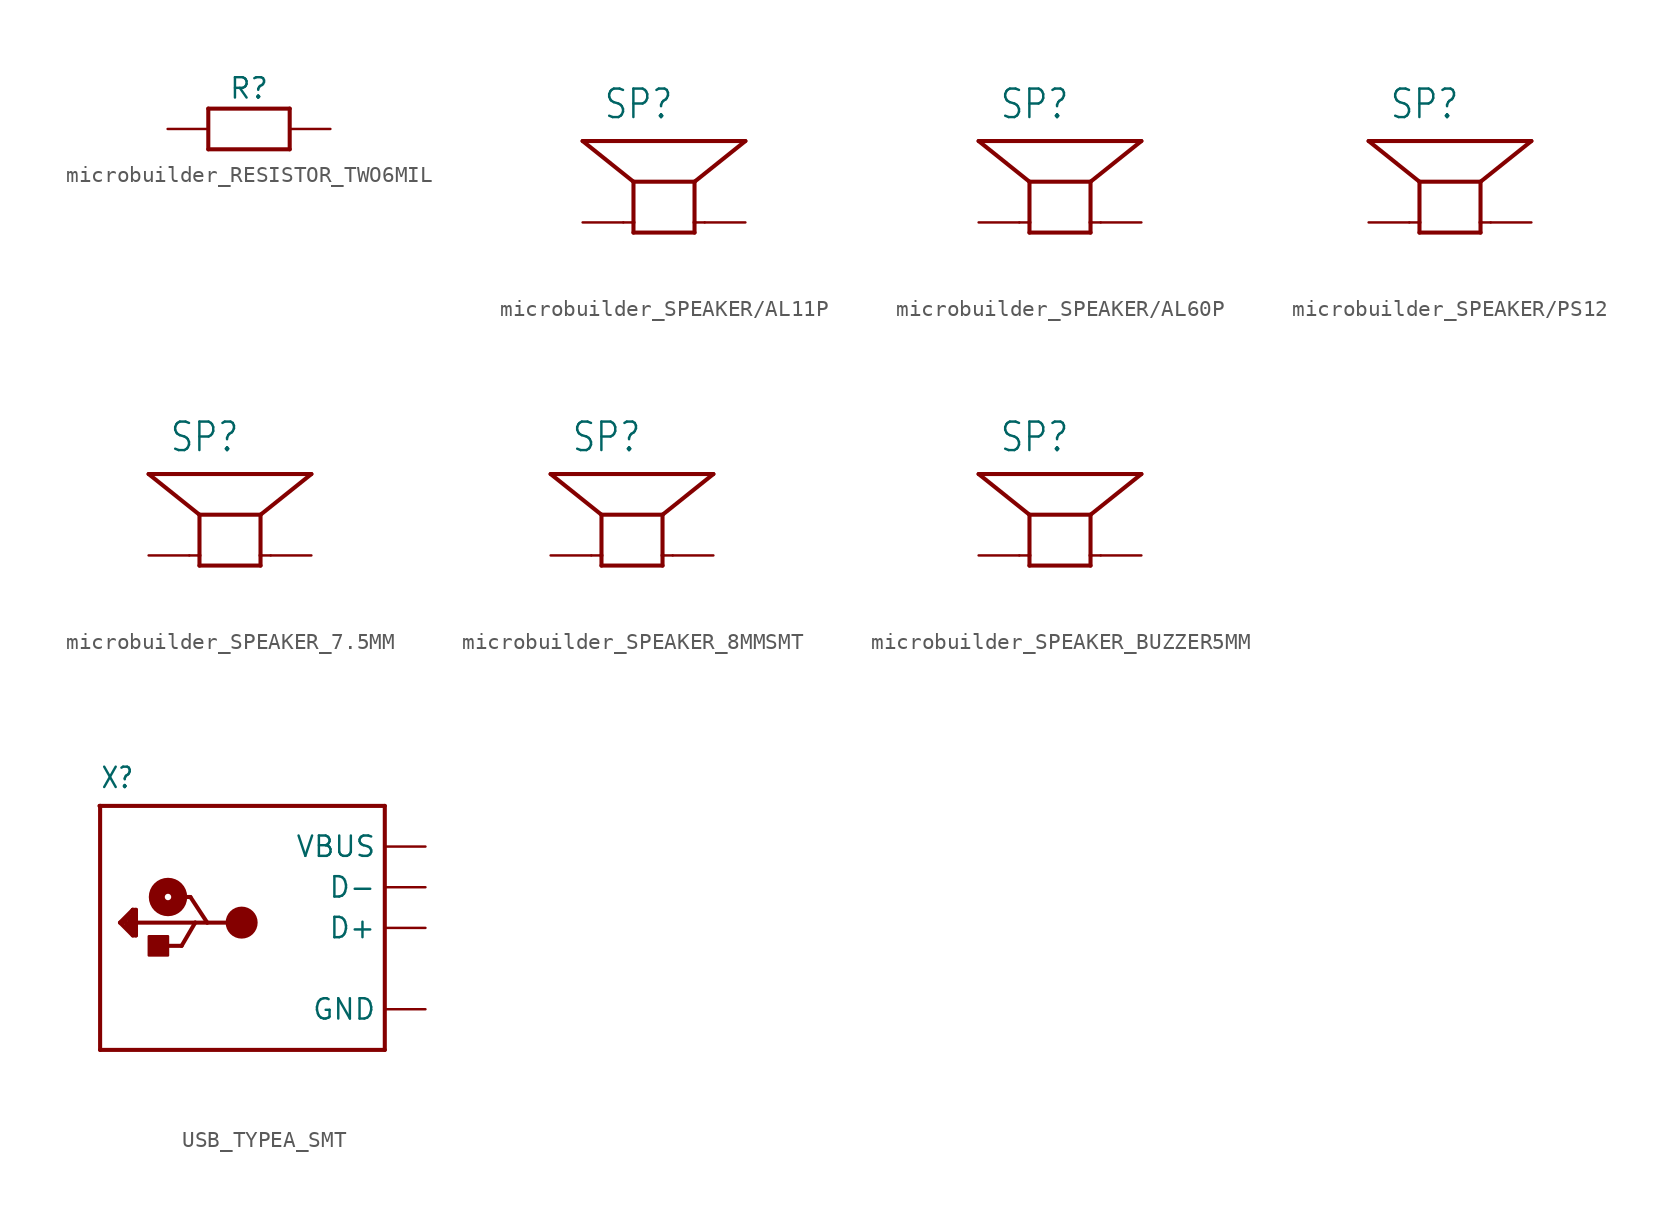
<source format=kicad_sym>
(kicad_symbol_lib
  (version 20231120)
  (generator "kicad_symbol_editor")
  (generator_version "8.0")
  (symbol "microbuilder_RESISTOR_TWO6MIL"
    (property "Reference" "R"
      (at 0 2.54 0)
      (effects (font (size 1.27 1.27))))
    (property "Value" ""
      (at 0 0 0)
      (effects (font (size 1.016 1.016) (bold yes))))
    (property "ki_locked" ""
      (at 0 0 0)
      (effects (font (size 1.27 1.27))))
    (symbol "microbuilder_RESISTOR_TWO6MIL_1_0"
      (polyline (pts (xy -2.54 -1.27) (xy -2.54 1.27)) (stroke (width 0.254) (type solid)) (fill (type none)))
      (polyline (pts (xy -2.54 1.27) (xy 2.54 1.27)) (stroke (width 0.254) (type solid)) (fill (type none)))
      (polyline (pts (xy 2.54 -1.27) (xy -2.54 -1.27)) (stroke (width 0.254) (type solid)) (fill (type none)))
      (polyline (pts (xy 2.54 1.27) (xy 2.54 -1.27)) (stroke (width 0.254) (type solid)) (fill (type none)))
      (pin passive line (at -5.08 0 0) (length 2.54) (name "1" (effects (font (size 0 0)))) (number "1" (effects (font (size 0 0)))))
      (pin passive line (at 5.08 0 180) (length 2.54) (name "2" (effects (font (size 0 0)))) (number "2" (effects (font (size 0 0)))))))
  (symbol "microbuilder_SPEAKER/AL11P"
    (property "Reference" "SP"
      (at -3.81 6.35 0)
      (effects (font (size 1.778 1.511)) (justify left bottom)))
    (property "Value" ""
      (at -3.81 -3.175 0)
      (effects (font (size 1.778 1.511)) (justify left bottom)))
    (property "ki_locked" ""
      (at 0 0 0)
      (effects (font (size 1.27 1.27))))
    (symbol "microbuilder_SPEAKER/AL11P_1_0"
      (polyline (pts (xy -2.54 0) (xy -1.905 0)) (stroke (width 0.152) (type solid)) (fill (type none)))
      (polyline (pts (xy -1.905 -0.635) (xy -1.905 0)) (stroke (width 0.254) (type solid)) (fill (type none)))
      (polyline (pts (xy -1.905 -0.635) (xy 1.905 -0.635)) (stroke (width 0.254) (type solid)) (fill (type none)))
      (polyline (pts (xy -1.905 0) (xy -1.905 2.54)) (stroke (width 0.254) (type solid)) (fill (type none)))
      (polyline (pts (xy -1.905 2.54) (xy -5.08 5.08)) (stroke (width 0.254) (type solid)) (fill (type none)))
      (polyline (pts (xy 1.905 -0.635) (xy 1.905 0)) (stroke (width 0.254) (type solid)) (fill (type none)))
      (polyline (pts (xy 1.905 0) (xy 1.905 2.54)) (stroke (width 0.254) (type solid)) (fill (type none)))
      (polyline (pts (xy 1.905 2.54) (xy -1.905 2.54)) (stroke (width 0.254) (type solid)) (fill (type none)))
      (polyline (pts (xy 1.905 2.54) (xy 5.08 5.08)) (stroke (width 0.254) (type solid)) (fill (type none)))
      (polyline (pts (xy 2.54 0) (xy 1.905 0)) (stroke (width 0.152) (type solid)) (fill (type none)))
      (polyline (pts (xy 5.08 5.08) (xy -5.08 5.08)) (stroke (width 0.254) (type solid)) (fill (type none)))
      (pin passive line (at -5.08 0 0) (length 2.54) (name "+" (effects (font (size 0 0)))) (number "+" (effects (font (size 0 0)))))
      (pin passive line (at 5.08 0 180) (length 2.54) (name "-" (effects (font (size 0 0)))) (number "-" (effects (font (size 0 0)))))))
  (symbol "microbuilder_SPEAKER/AL60P"
    (property "Reference" "SP"
      (at -3.81 6.35 0)
      (effects (font (size 1.778 1.511)) (justify left bottom)))
    (property "Value" ""
      (at -3.81 -3.175 0)
      (effects (font (size 1.778 1.511)) (justify left bottom)))
    (property "ki_locked" ""
      (at 0 0 0)
      (effects (font (size 1.27 1.27))))
    (symbol "microbuilder_SPEAKER/AL60P_1_0"
      (polyline (pts (xy -2.54 0) (xy -1.905 0)) (stroke (width 0.152) (type solid)) (fill (type none)))
      (polyline (pts (xy -1.905 -0.635) (xy -1.905 0)) (stroke (width 0.254) (type solid)) (fill (type none)))
      (polyline (pts (xy -1.905 -0.635) (xy 1.905 -0.635)) (stroke (width 0.254) (type solid)) (fill (type none)))
      (polyline (pts (xy -1.905 0) (xy -1.905 2.54)) (stroke (width 0.254) (type solid)) (fill (type none)))
      (polyline (pts (xy -1.905 2.54) (xy -5.08 5.08)) (stroke (width 0.254) (type solid)) (fill (type none)))
      (polyline (pts (xy 1.905 -0.635) (xy 1.905 0)) (stroke (width 0.254) (type solid)) (fill (type none)))
      (polyline (pts (xy 1.905 0) (xy 1.905 2.54)) (stroke (width 0.254) (type solid)) (fill (type none)))
      (polyline (pts (xy 1.905 2.54) (xy -1.905 2.54)) (stroke (width 0.254) (type solid)) (fill (type none)))
      (polyline (pts (xy 1.905 2.54) (xy 5.08 5.08)) (stroke (width 0.254) (type solid)) (fill (type none)))
      (polyline (pts (xy 2.54 0) (xy 1.905 0)) (stroke (width 0.152) (type solid)) (fill (type none)))
      (polyline (pts (xy 5.08 5.08) (xy -5.08 5.08)) (stroke (width 0.254) (type solid)) (fill (type none)))
      (pin passive line (at -5.08 0 0) (length 2.54) (name "+" (effects (font (size 0 0)))) (number "1" (effects (font (size 0 0)))))
      (pin passive line (at 5.08 0 180) (length 2.54) (name "-" (effects (font (size 0 0)))) (number "2" (effects (font (size 0 0)))))))
  (symbol "microbuilder_SPEAKER/PS12"
    (property "Reference" "SP"
      (at -3.81 6.35 0)
      (effects (font (size 1.778 1.511)) (justify left bottom)))
    (property "Value" ""
      (at -3.81 -3.175 0)
      (effects (font (size 1.778 1.511)) (justify left bottom)))
    (property "ki_locked" ""
      (at 0 0 0)
      (effects (font (size 1.27 1.27))))
    (symbol "microbuilder_SPEAKER/PS12_1_0"
      (polyline (pts (xy -2.54 0) (xy -1.905 0)) (stroke (width 0.152) (type solid)) (fill (type none)))
      (polyline (pts (xy -1.905 -0.635) (xy -1.905 0)) (stroke (width 0.254) (type solid)) (fill (type none)))
      (polyline (pts (xy -1.905 -0.635) (xy 1.905 -0.635)) (stroke (width 0.254) (type solid)) (fill (type none)))
      (polyline (pts (xy -1.905 0) (xy -1.905 2.54)) (stroke (width 0.254) (type solid)) (fill (type none)))
      (polyline (pts (xy -1.905 2.54) (xy -5.08 5.08)) (stroke (width 0.254) (type solid)) (fill (type none)))
      (polyline (pts (xy 1.905 -0.635) (xy 1.905 0)) (stroke (width 0.254) (type solid)) (fill (type none)))
      (polyline (pts (xy 1.905 0) (xy 1.905 2.54)) (stroke (width 0.254) (type solid)) (fill (type none)))
      (polyline (pts (xy 1.905 2.54) (xy -1.905 2.54)) (stroke (width 0.254) (type solid)) (fill (type none)))
      (polyline (pts (xy 1.905 2.54) (xy 5.08 5.08)) (stroke (width 0.254) (type solid)) (fill (type none)))
      (polyline (pts (xy 2.54 0) (xy 1.905 0)) (stroke (width 0.152) (type solid)) (fill (type none)))
      (polyline (pts (xy 5.08 5.08) (xy -5.08 5.08)) (stroke (width 0.254) (type solid)) (fill (type none)))
      (pin passive line (at -5.08 0 0) (length 2.54) (name "+" (effects (font (size 0 0)))) (number "P$1" (effects (font (size 0 0)))))
      (pin passive line (at 5.08 0 180) (length 2.54) (name "-" (effects (font (size 0 0)))) (number "P$2" (effects (font (size 0 0)))))))
  (symbol "microbuilder_SPEAKER_7.5MM"
    (property "Reference" "SP"
      (at -3.81 6.35 0)
      (effects (font (size 1.778 1.511)) (justify left bottom)))
    (property "Value" ""
      (at -3.81 -3.175 0)
      (effects (font (size 1.778 1.511)) (justify left bottom)))
    (property "ki_locked" ""
      (at 0 0 0)
      (effects (font (size 1.27 1.27))))
    (symbol "microbuilder_SPEAKER_7.5MM_1_0"
      (polyline (pts (xy -2.54 0) (xy -1.905 0)) (stroke (width 0.152) (type solid)) (fill (type none)))
      (polyline (pts (xy -1.905 -0.635) (xy -1.905 0)) (stroke (width 0.254) (type solid)) (fill (type none)))
      (polyline (pts (xy -1.905 -0.635) (xy 1.905 -0.635)) (stroke (width 0.254) (type solid)) (fill (type none)))
      (polyline (pts (xy -1.905 0) (xy -1.905 2.54)) (stroke (width 0.254) (type solid)) (fill (type none)))
      (polyline (pts (xy -1.905 2.54) (xy -5.08 5.08)) (stroke (width 0.254) (type solid)) (fill (type none)))
      (polyline (pts (xy 1.905 -0.635) (xy 1.905 0)) (stroke (width 0.254) (type solid)) (fill (type none)))
      (polyline (pts (xy 1.905 0) (xy 1.905 2.54)) (stroke (width 0.254) (type solid)) (fill (type none)))
      (polyline (pts (xy 1.905 2.54) (xy -1.905 2.54)) (stroke (width 0.254) (type solid)) (fill (type none)))
      (polyline (pts (xy 1.905 2.54) (xy 5.08 5.08)) (stroke (width 0.254) (type solid)) (fill (type none)))
      (polyline (pts (xy 2.54 0) (xy 1.905 0)) (stroke (width 0.152) (type solid)) (fill (type none)))
      (polyline (pts (xy 5.08 5.08) (xy -5.08 5.08)) (stroke (width 0.254) (type solid)) (fill (type none)))
      (pin passive line (at -5.08 0 0) (length 2.54) (name "+" (effects (font (size 0 0)))) (number "+" (effects (font (size 0 0)))))
      (pin passive line (at 5.08 0 180) (length 2.54) (name "-" (effects (font (size 0 0)))) (number "-" (effects (font (size 0 0)))))))
  (symbol "microbuilder_SPEAKER_8MMSMT"
    (property "Reference" "SP"
      (at -3.81 6.35 0)
      (effects (font (size 1.778 1.511)) (justify left bottom)))
    (property "Value" ""
      (at -3.81 -3.175 0)
      (effects (font (size 1.778 1.511)) (justify left bottom)))
    (property "ki_locked" ""
      (at 0 0 0)
      (effects (font (size 1.27 1.27))))
    (symbol "microbuilder_SPEAKER_8MMSMT_1_0"
      (polyline (pts (xy -2.54 0) (xy -1.905 0)) (stroke (width 0.152) (type solid)) (fill (type none)))
      (polyline (pts (xy -1.905 -0.635) (xy -1.905 0)) (stroke (width 0.254) (type solid)) (fill (type none)))
      (polyline (pts (xy -1.905 -0.635) (xy 1.905 -0.635)) (stroke (width 0.254) (type solid)) (fill (type none)))
      (polyline (pts (xy -1.905 0) (xy -1.905 2.54)) (stroke (width 0.254) (type solid)) (fill (type none)))
      (polyline (pts (xy -1.905 2.54) (xy -5.08 5.08)) (stroke (width 0.254) (type solid)) (fill (type none)))
      (polyline (pts (xy 1.905 -0.635) (xy 1.905 0)) (stroke (width 0.254) (type solid)) (fill (type none)))
      (polyline (pts (xy 1.905 0) (xy 1.905 2.54)) (stroke (width 0.254) (type solid)) (fill (type none)))
      (polyline (pts (xy 1.905 2.54) (xy -1.905 2.54)) (stroke (width 0.254) (type solid)) (fill (type none)))
      (polyline (pts (xy 1.905 2.54) (xy 5.08 5.08)) (stroke (width 0.254) (type solid)) (fill (type none)))
      (polyline (pts (xy 2.54 0) (xy 1.905 0)) (stroke (width 0.152) (type solid)) (fill (type none)))
      (polyline (pts (xy 5.08 5.08) (xy -5.08 5.08)) (stroke (width 0.254) (type solid)) (fill (type none)))
      (pin passive line (at -5.08 0 0) (length 2.54) (name "+" (effects (font (size 0 0)))) (number "+" (effects (font (size 0 0)))))
      (pin passive line (at 5.08 0 180) (length 2.54) (name "-" (effects (font (size 0 0)))) (number "-" (effects (font (size 0 0)))))))
  (symbol "microbuilder_SPEAKER_BUZZER5MM"
    (property "Reference" "SP"
      (at -3.81 6.35 0)
      (effects (font (size 1.778 1.511)) (justify left bottom)))
    (property "Value" ""
      (at -3.81 -3.175 0)
      (effects (font (size 1.778 1.511)) (justify left bottom)))
    (property "ki_locked" ""
      (at 0 0 0)
      (effects (font (size 1.27 1.27))))
    (symbol "microbuilder_SPEAKER_BUZZER5MM_1_0"
      (polyline (pts (xy -2.54 0) (xy -1.905 0)) (stroke (width 0.152) (type solid)) (fill (type none)))
      (polyline (pts (xy -1.905 -0.635) (xy -1.905 0)) (stroke (width 0.254) (type solid)) (fill (type none)))
      (polyline (pts (xy -1.905 -0.635) (xy 1.905 -0.635)) (stroke (width 0.254) (type solid)) (fill (type none)))
      (polyline (pts (xy -1.905 0) (xy -1.905 2.54)) (stroke (width 0.254) (type solid)) (fill (type none)))
      (polyline (pts (xy -1.905 2.54) (xy -5.08 5.08)) (stroke (width 0.254) (type solid)) (fill (type none)))
      (polyline (pts (xy 1.905 -0.635) (xy 1.905 0)) (stroke (width 0.254) (type solid)) (fill (type none)))
      (polyline (pts (xy 1.905 0) (xy 1.905 2.54)) (stroke (width 0.254) (type solid)) (fill (type none)))
      (polyline (pts (xy 1.905 2.54) (xy -1.905 2.54)) (stroke (width 0.254) (type solid)) (fill (type none)))
      (polyline (pts (xy 1.905 2.54) (xy 5.08 5.08)) (stroke (width 0.254) (type solid)) (fill (type none)))
      (polyline (pts (xy 2.54 0) (xy 1.905 0)) (stroke (width 0.152) (type solid)) (fill (type none)))
      (polyline (pts (xy 5.08 5.08) (xy -5.08 5.08)) (stroke (width 0.254) (type solid)) (fill (type none)))
      (pin passive line (at -5.08 0 0) (length 2.54) (name "+" (effects (font (size 0 0)))) (number "+" (effects (font (size 0 0)))))
      (pin passive line (at 5.08 0 180) (length 2.54) (name "-" (effects (font (size 0 0)))) (number "-" (effects (font (size 0 0)))))))
  (symbol "USB_TYPEA_SMT"
    (property "Reference" "X"
      (at -10.16 8.636 0)
      (effects (font (size 1.27 1.079)) (justify left bottom)))
    (property "Value" ""
      (at -10.16 -10.16 0)
      (effects (font (size 1.27 1.079)) (justify left bottom)))
    (property "ki_locked" ""
      (at 0 0 0)
      (effects (font (size 1.27 1.27))))
    (symbol "USB_TYPEA_SMT_1_0"
      (rectangle (start -7.12 -1.72) (end -5.92 -0.52) (stroke (width 0) (type default)) (fill (type outline)))
      (circle (center -5.92 1.93) (radius 0.2) (stroke (width 1) (type solid)) (fill (type none)))
      (circle (center -1.32 0.33) (radius 0.5) (stroke (width 1) (type solid)) (fill (type none)))
      (polyline (pts (xy -10.2 7.62) (xy -10.16 7.62)) (stroke (width 0.254) (type solid)) (fill (type none)))
      (polyline (pts (xy -10.16 -7.62) (xy 7.62 -7.62)) (stroke (width 0.254) (type solid)) (fill (type none)))
      (polyline (pts (xy -10.16 7.62) (xy -10.16 -7.62)) (stroke (width 0.254) (type solid)) (fill (type none)))
      (polyline (pts (xy -10.16 7.62) (xy 7.62 7.62)) (stroke (width 0.254) (type solid)) (fill (type none)))
      (polyline (pts (xy -8.92 0.33) (xy -8.12 1.13)) (stroke (width 0.254) (type solid)) (fill (type none)))
      (polyline (pts (xy -8.52 0.13) (xy -8.32 -0.07)) (stroke (width 0.254) (type solid)) (fill (type none)))
      (polyline (pts (xy -8.52 0.33) (xy -8.52 0.13)) (stroke (width 0.254) (type solid)) (fill (type none)))
      (polyline (pts (xy -8.32 -0.07) (xy -8.32 0.73)) (stroke (width 0.254) (type solid)) (fill (type none)))
      (polyline (pts (xy -8.32 0.73) (xy -8.72 0.33)) (stroke (width 0.254) (type solid)) (fill (type none)))
      (polyline (pts (xy -8.12 -0.47) (xy -8.92 0.33)) (stroke (width 0.254) (type solid)) (fill (type none)))
      (polyline (pts (xy -8.12 -0.27) (xy -8.12 1.13)) (stroke (width 0.254) (type solid)) (fill (type none)))
      (polyline (pts (xy -8.12 1.13) (xy -7.92 1.13)) (stroke (width 0.254) (type solid)) (fill (type none)))
      (polyline (pts (xy -7.92 -0.47) (xy -8.12 -0.47)) (stroke (width 0.254) (type solid)) (fill (type none)))
      (polyline (pts (xy -7.92 0.33) (xy -7.92 -0.47)) (stroke (width 0.254) (type solid)) (fill (type none)))
      (polyline (pts (xy -7.92 1.13) (xy -7.92 0.33)) (stroke (width 0.254) (type solid)) (fill (type none)))
      (polyline (pts (xy -6.27 -1.12) (xy -5.07 -1.12)) (stroke (width 0.254) (type solid)) (fill (type none)))
      (polyline (pts (xy -5.52 1.93) (xy -4.52 1.93)) (stroke (width 0.254) (type solid)) (fill (type none)))
      (polyline (pts (xy -5.07 -1.12) (xy -4.22 0.33)) (stroke (width 0.254) (type solid)) (fill (type none)))
      (polyline (pts (xy -4.52 1.93) (xy -3.47 0.33)) (stroke (width 0.254) (type solid)) (fill (type none)))
      (polyline (pts (xy -4.22 0.33) (xy -7.92 0.33)) (stroke (width 0.254) (type solid)) (fill (type none)))
      (polyline (pts (xy -3.47 0.33) (xy -4.22 0.33)) (stroke (width 0.254) (type solid)) (fill (type none)))
      (polyline (pts (xy -1.32 0.33) (xy -3.47 0.33)) (stroke (width 0.254) (type solid)) (fill (type none)))
      (polyline (pts (xy 7.62 7.62) (xy 7.62 -7.62)) (stroke (width 0.254) (type solid)) (fill (type none)))
      (pin bidirectional line (at 10.16 0 180) (length 2.54) (name "D+" (effects (font (size 1.27 1.27)))) (number "D+" (effects (font (size 0 0)))))
      (pin bidirectional line (at 10.16 2.54 180) (length 2.54) (name "D-" (effects (font (size 1.27 1.27)))) (number "D-" (effects (font (size 0 0)))))
      (pin power_in line (at 10.16 -5.08 180) (length 2.54) (name "GND" (effects (font (size 1.27 1.27)))) (number "GND" (effects (font (size 0 0)))))
      (pin power_in line (at 10.16 5.08 180) (length 2.54) (name "VBUS" (effects (font (size 1.27 1.27)))) (number "VBUS" (effects (font (size 0 0))))))))
</source>
